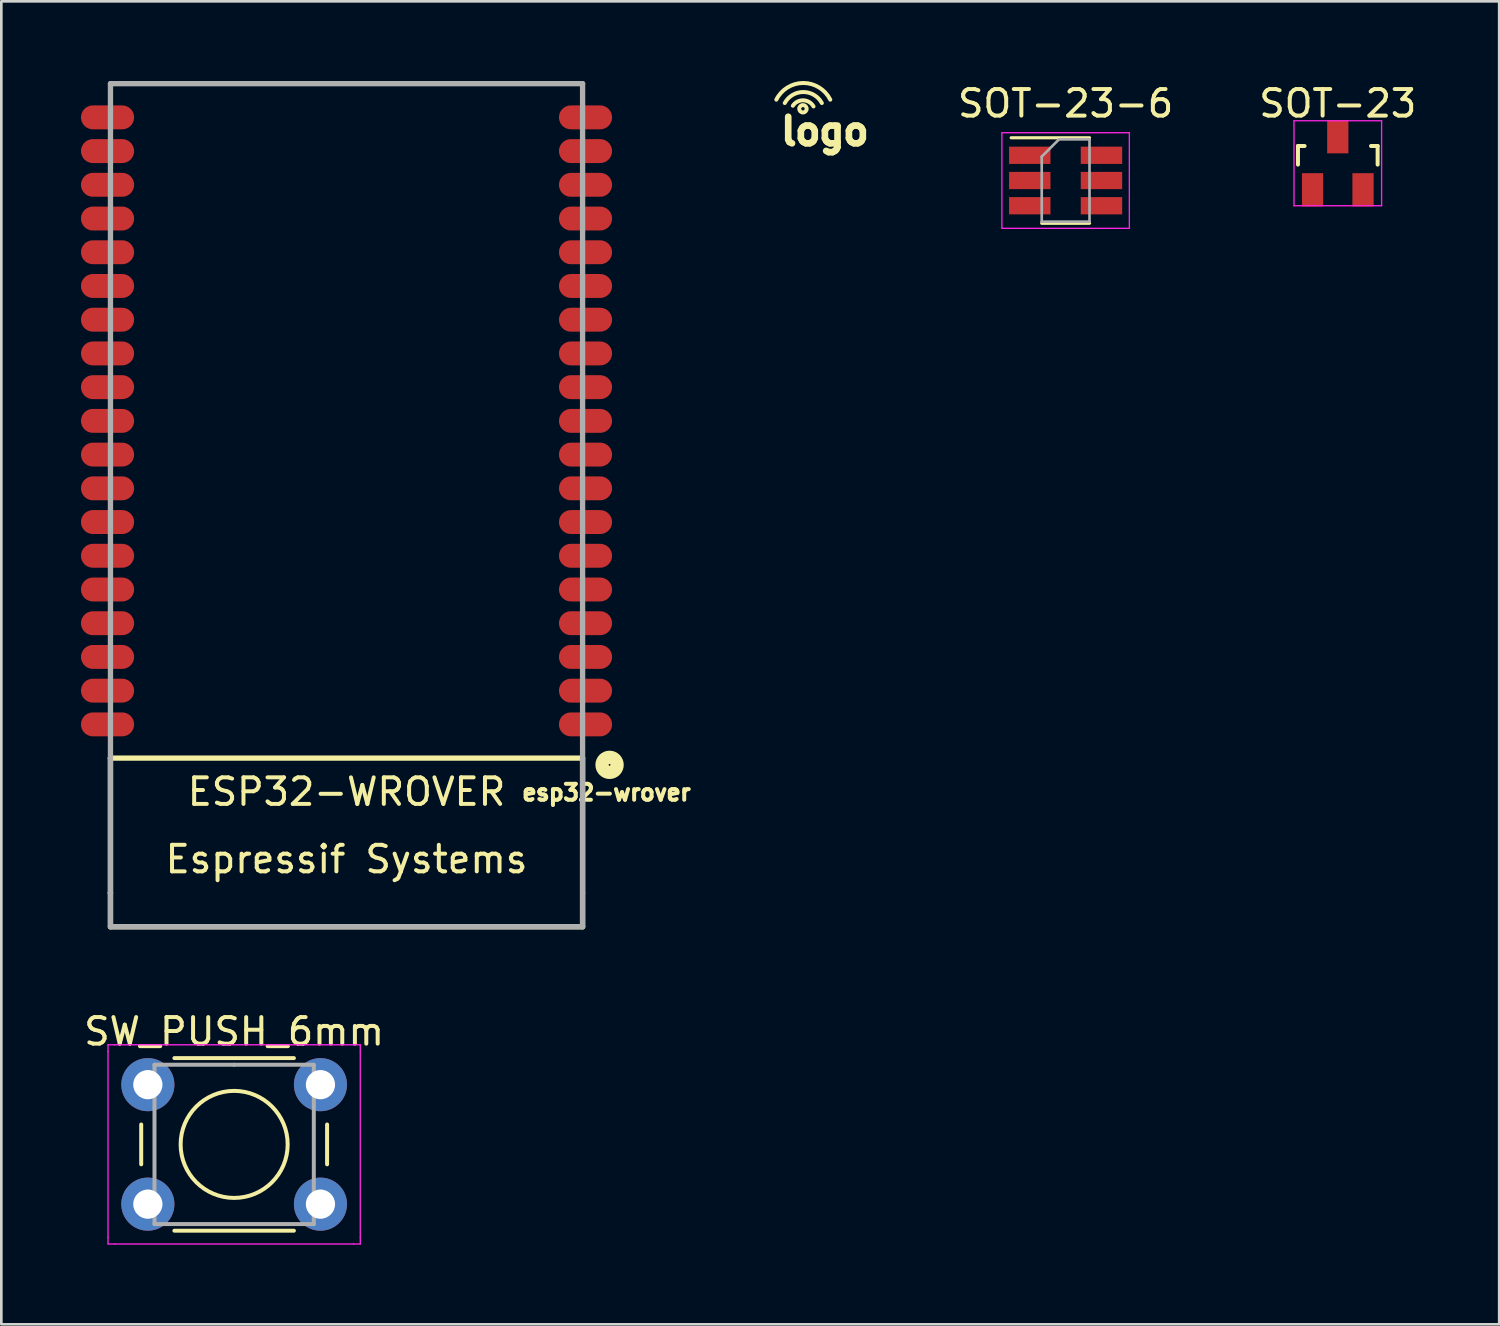
<source format=kicad_pcb>
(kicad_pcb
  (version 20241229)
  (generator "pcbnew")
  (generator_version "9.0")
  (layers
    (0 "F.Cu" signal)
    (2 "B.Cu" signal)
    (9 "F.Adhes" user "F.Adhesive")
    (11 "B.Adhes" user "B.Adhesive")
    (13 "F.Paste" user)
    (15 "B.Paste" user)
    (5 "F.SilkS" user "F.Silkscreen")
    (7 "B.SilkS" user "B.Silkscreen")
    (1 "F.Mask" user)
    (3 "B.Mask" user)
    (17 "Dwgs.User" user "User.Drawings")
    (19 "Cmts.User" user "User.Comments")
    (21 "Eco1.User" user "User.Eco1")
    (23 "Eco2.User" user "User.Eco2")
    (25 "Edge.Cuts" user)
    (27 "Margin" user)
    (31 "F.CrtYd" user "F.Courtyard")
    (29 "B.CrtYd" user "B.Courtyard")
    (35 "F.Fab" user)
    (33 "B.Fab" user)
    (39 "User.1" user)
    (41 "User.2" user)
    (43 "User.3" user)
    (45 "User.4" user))
  (footprint "esp32-wrover"
    (layer "F.Cu")
    (at 10 14.07)
    (property "Reference" "esp32-wrover" (at 9.789 12.728 0) (layer "F.SilkS") (effects (font (size 0.6 0.6) (thickness 0.15))))
    (attr through_hole)
    (fp_line (start -8.89 -13.97) (end 8.89 -13.97) (stroke (width 0.15) (type solid)) (layer "F.SilkS"))
    (fp_line (start -8.89 -13.208) (end -8.89 -13.97) (stroke (width 0.15) (type solid)) (layer "F.SilkS"))
    (fp_line (start -8.89 11.43) (end -8.89 11.43) (stroke (width 0.2) (type solid)) (layer "F.SilkS"))
    (fp_line (start -8.89 11.43) (end -8.89 11.43) (stroke (width 0.2) (type solid)) (layer "F.SilkS"))
    (fp_line (start -8.89 11.43) (end 8.89 11.43) (stroke (width 0.2) (type solid)) (layer "F.SilkS"))
    (fp_line (start -8.89 17.78) (end -8.89 11.43) (stroke (width 0.2) (type solid)) (layer "F.SilkS"))
    (fp_line (start 8.89 -13.97) (end 8.89 -13.208) (stroke (width 0.15) (type solid)) (layer "F.SilkS"))
    (fp_line (start 8.89 11.43) (end 8.89 17.78) (stroke (width 0.2) (type solid)) (layer "F.SilkS"))
    (fp_line (start 8.89 17.78) (end -8.89 17.78) (stroke (width 0.2) (type solid)) (layer "F.SilkS"))
    (fp_circle (center 9.906 11.684) (end 10.033 11.938) (stroke (width 0.5) (type solid)) (fill no) (layer "F.SilkS"))
    (fp_line (start -8.89 -13.97) (end -8.89 16.51) (stroke (width 0.2) (type solid)) (layer "F.Fab"))
    (fp_line (start -8.89 16.51) (end -8.89 16.51) (stroke (width 0.2) (type solid)) (layer "F.Fab"))
    (fp_line (start -8.89 16.51) (end -8.89 16.51) (stroke (width 0.2) (type solid)) (layer "F.Fab"))
    (fp_line (start -8.89 16.51) (end -8.89 16.51) (stroke (width 0.2) (type solid)) (layer "F.Fab"))
    (fp_line (start -8.89 16.51) (end -8.89 16.51) (stroke (width 0.2) (type solid)) (layer "F.Fab"))
    (fp_line (start -8.89 16.51) (end -8.89 16.51) (stroke (width 0.2) (type solid)) (layer "F.Fab"))
    (fp_line (start -8.89 17.78) (end -8.89 16.51) (stroke (width 0.2) (type solid)) (layer "F.Fab"))
    (fp_line (start 8.89 -13.97) (end -8.89 -13.97) (stroke (width 0.2) (type solid)) (layer "F.Fab"))
    (fp_line (start 8.89 16.51) (end 8.89 -13.97) (stroke (width 0.2) (type solid)) (layer "F.Fab"))
    (fp_line (start 8.89 16.51) (end 8.89 17.78) (stroke (width 0.2) (type solid)) (layer "F.Fab"))
    (fp_line (start 8.89 17.78) (end -8.89 17.78) (stroke (width 0.2) (type solid)) (layer "F.Fab"))
    (fp_text user "ESP32-WROVER" (at 0 12.7 0) (layer "F.SilkS") (effects (font (size 1 1) (thickness 0.15))))
    (fp_text user "Espressif Systems" (at 0 15.24 0) (layer "F.SilkS") (effects (font (size 1 1) (thickness 0.15))))
    (pad "1" smd oval (at 9 10.16) (size 2 0.9) (layers "F.Cu" "F.Mask" "F.Paste"))
    (pad "2" smd oval (at 9 8.89) (size 2 0.9) (layers "F.Cu" "F.Mask" "F.Paste"))
    (pad "3" smd oval (at 9 7.62) (size 2 0.9) (layers "F.Cu" "F.Mask" "F.Paste"))
    (pad "4" smd oval (at 9 6.35) (size 2 0.9) (layers "F.Cu" "F.Mask" "F.Paste"))
    (pad "5" smd oval (at 9 5.08) (size 2 0.9) (layers "F.Cu" "F.Mask" "F.Paste"))
    (pad "6" smd oval (at 9 3.81) (size 2 0.9) (layers "F.Cu" "F.Mask" "F.Paste"))
    (pad "7" smd oval (at 9 2.54) (size 2 0.9) (layers "F.Cu" "F.Mask" "F.Paste"))
    (pad "8" smd oval (at 9 1.27) (size 2 0.9) (layers "F.Cu" "F.Mask" "F.Paste"))
    (pad "9" smd oval (at 9 0) (size 2 0.9) (layers "F.Cu" "F.Mask" "F.Paste"))
    (pad "10" smd oval (at 9 -1.27) (size 2 0.9) (layers "F.Cu" "F.Mask" "F.Paste"))
    (pad "11" smd oval (at 9 -2.54) (size 2 0.9) (layers "F.Cu" "F.Mask" "F.Paste"))
    (pad "12" smd oval (at 9 -3.81) (size 2 0.9) (layers "F.Cu" "F.Mask" "F.Paste"))
    (pad "13" smd oval (at 9 -5.08) (size 2 0.9) (layers "F.Cu" "F.Mask" "F.Paste"))
    (pad "14" smd oval (at 9 -6.35) (size 2 0.9) (layers "F.Cu" "F.Mask" "F.Paste"))
    (pad "15" smd oval (at 9 -7.62) (size 2 0.9) (layers "F.Cu" "F.Mask" "F.Paste"))
    (pad "16" smd oval (at 9 -8.89) (size 2 0.9) (layers "F.Cu" "F.Mask" "F.Paste"))
    (pad "17" smd oval (at 9 -10.16) (size 2 0.9) (layers "F.Cu" "F.Mask" "F.Paste"))
    (pad "18" smd oval (at 9 -11.43) (size 2 0.9) (layers "F.Cu" "F.Mask" "F.Paste"))
    (pad "19" smd oval (at 9 -12.7) (size 2 0.9) (layers "F.Cu" "F.Mask" "F.Paste"))
    (pad "20" smd oval (at -9 -12.7) (size 2 0.9) (layers "F.Cu" "F.Mask" "F.Paste"))
    (pad "21" smd oval (at -9 -11.43) (size 2 0.9) (layers "F.Cu" "F.Mask" "F.Paste"))
    (pad "22" smd oval (at -9 -10.16) (size 2 0.9) (layers "F.Cu" "F.Mask" "F.Paste"))
    (pad "23" smd oval (at -9 -8.89) (size 2 0.9) (layers "F.Cu" "F.Mask" "F.Paste"))
    (pad "24" smd oval (at -9 -7.62) (size 2 0.9) (layers "F.Cu" "F.Mask" "F.Paste"))
    (pad "25" smd oval (at -9 -6.35) (size 2 0.9) (layers "F.Cu" "F.Mask" "F.Paste"))
    (pad "26" smd oval (at -9 -5.08) (size 2 0.9) (layers "F.Cu" "F.Mask" "F.Paste"))
    (pad "27" smd oval (at -9 -3.81) (size 2 0.9) (layers "F.Cu" "F.Mask" "F.Paste"))
    (pad "28" smd oval (at -9 -2.54) (size 2 0.9) (layers "F.Cu" "F.Mask" "F.Paste"))
    (pad "29" smd oval (at -9 -1.27) (size 2 0.9) (layers "F.Cu" "F.Mask" "F.Paste"))
    (pad "30" smd oval (at -9 0) (size 2 0.9) (layers "F.Cu" "F.Mask" "F.Paste"))
    (pad "31" smd oval (at -9 1.27) (size 2 0.9) (layers "F.Cu" "F.Mask" "F.Paste"))
    (pad "32" smd oval (at -9 2.54) (size 2 0.9) (layers "F.Cu" "F.Mask" "F.Paste"))
    (pad "33" smd oval (at -9 3.81) (size 2 0.9) (layers "F.Cu" "F.Mask" "F.Paste"))
    (pad "34" smd oval (at -9 5.08) (size 2 0.9) (layers "F.Cu" "F.Mask" "F.Paste"))
    (pad "35" smd oval (at -9 6.35) (size 2 0.9) (layers "F.Cu" "F.Mask" "F.Paste"))
    (pad "36" smd oval (at -9 7.62) (size 2 0.9) (layers "F.Cu" "F.Mask" "F.Paste"))
    (pad "37" smd oval (at -9 8.89) (size 2 0.9) (layers "F.Cu" "F.Mask" "F.Paste"))
    (pad "38" smd oval (at -9 10.16) (size 2 0.9) (layers "F.Cu" "F.Mask" "F.Paste")))
  (footprint "SOT-23"
    (layer "F.Cu")
    (at 47.331 3.098)
    (property "Reference" "SOT-23" (at 0 -2.25 0) (layer "F.SilkS") (effects (font (size 1 1) (thickness 0.15))))
    (attr smd)
    (fp_line (start -1.5 -0.65) (end -1.251 -0.65) (stroke (width 0.15) (type solid)) (layer "F.SilkS"))
    (fp_line (start -1.5 0.051) (end -1.5 -0.65) (stroke (width 0.15) (type solid)) (layer "F.SilkS"))
    (fp_line (start 1.299 -0.65) (end 1.251 -0.65) (stroke (width 0.15) (type solid)) (layer "F.SilkS"))
    (fp_line (start 1.299 -0.65) (end 1.5 -0.65) (stroke (width 0.15) (type solid)) (layer "F.SilkS"))
    (fp_line (start 1.5 -0.65) (end 1.5 0.051) (stroke (width 0.15) (type solid)) (layer "F.SilkS"))
    (fp_line (start -1.65 -1.6) (end 1.65 -1.6) (stroke (width 0.05) (type solid)) (layer "F.CrtYd"))
    (fp_line (start -1.65 1.6) (end -1.65 -1.6) (stroke (width 0.05) (type solid)) (layer "F.CrtYd"))
    (fp_line (start 1.65 -1.6) (end 1.65 1.6) (stroke (width 0.05) (type solid)) (layer "F.CrtYd"))
    (fp_line (start 1.65 1.6) (end -1.65 1.6) (stroke (width 0.05) (type solid)) (layer "F.CrtYd"))
    (pad "1" smd rect (at -0.95 1.001) (size 0.8 1.254) (layers "F.Cu" "F.Mask" "F.Paste"))
    (pad "2" smd rect (at 0.95 1.001) (size 0.8 1.254) (layers "F.Cu" "F.Mask" "F.Paste"))
    (pad "3" smd rect (at 0 -1) (size 0.8 1.254) (layers "F.Cu" "F.Mask" "F.Paste")))
  (footprint "logo"
    (layer "F.Cu")
    (at 27.888 2.024)
    (property "Reference" "logo" (at 0.127 -0.127 0) (layer "F.SilkS") (effects (font (size 1 1) (thickness 0.25))))
    (attr through_hole)
    (fp_arc (start -1.7018 -1.3208) (mid -0.685799 -1.948723) (end 0.330201 -1.320799) (stroke (width 0.15) (type solid)) (layer "F.SilkS"))
    (fp_arc (start -1.3843 -1.1938) (mid -0.6858 -1.608453) (end 0.0127 -1.1938) (stroke (width 0.15) (type solid)) (layer "F.SilkS"))
    (fp_arc (start -1.0795 -1.0922) (mid -0.682998 -1.295843) (end -0.301185 -1.065836) (stroke (width 0.15) (type solid)) (layer "F.SilkS"))
    (fp_circle (center -0.699 -0.978) (end -0.686 -1.041) (stroke (width 0.15) (type solid)) (fill no) (layer "F.SilkS")))
  (footprint "SOT-23-6"
    (layer "F.Cu")
    (at 37.081 3.748)
    (property "Reference" "SOT-23-6" (at 0 -2.9 0) (layer "F.SilkS") (effects (font (size 1 1) (thickness 0.15))))
    (attr smd)
    (fp_line (start -0.9 1.61) (end 0.9 1.61) (stroke (width 0.12) (type solid)) (layer "F.SilkS"))
    (fp_line (start 0.9 -1.61) (end -2.05 -1.61) (stroke (width 0.12) (type solid)) (layer "F.SilkS"))
    (fp_line (start -2.4 -1.8) (end 2.4 -1.8) (stroke (width 0.05) (type solid)) (layer "F.CrtYd"))
    (fp_line (start -2.4 1.8) (end -2.4 -1.8) (stroke (width 0.05) (type solid)) (layer "F.CrtYd"))
    (fp_line (start 2.4 -1.8) (end 2.4 1.8) (stroke (width 0.05) (type solid)) (layer "F.CrtYd"))
    (fp_line (start 2.4 1.8) (end -2.4 1.8) (stroke (width 0.05) (type solid)) (layer "F.CrtYd"))
    (fp_line (start -0.9 -0.9) (end -0.9 1.55) (stroke (width 0.1) (type solid)) (layer "F.Fab"))
    (fp_line (start -0.9 -0.9) (end -0.25 -1.55) (stroke (width 0.1) (type solid)) (layer "F.Fab"))
    (fp_line (start 0.9 -1.55) (end -0.25 -1.55) (stroke (width 0.1) (type solid)) (layer "F.Fab"))
    (fp_line (start 0.9 -1.55) (end 0.9 1.55) (stroke (width 0.1) (type solid)) (layer "F.Fab"))
    (fp_line (start 0.9 1.55) (end -0.9 1.55) (stroke (width 0.1) (type solid)) (layer "F.Fab"))
    (pad "1" smd rect (at -1.35 -0.95) (size 1.56 0.65) (layers "F.Cu" "F.Mask" "F.Paste"))
    (pad "2" smd rect (at -1.35 0) (size 1.56 0.65) (layers "F.Cu" "F.Mask" "F.Paste"))
    (pad "3" smd rect (at -1.35 0.95) (size 1.56 0.65) (layers "F.Cu" "F.Mask" "F.Paste"))
    (pad "4" smd rect (at 1.35 0.95) (size 1.56 0.65) (layers "F.Cu" "F.Mask" "F.Paste"))
    (pad "5" smd rect (at 1.35 0) (size 1.56 0.65) (layers "F.Cu" "F.Mask" "F.Paste"))
    (pad "6" smd rect (at 1.35 -0.95) (size 1.56 0.65) (layers "F.Cu" "F.Mask" "F.Paste")))
  (footprint "SW_PUSH_6mm"
    (layer "F.Cu")
    (at 2.518 37.798)
    (property "Reference" "SW_PUSH_6mm" (at 3.25 -2 0) (layer "F.SilkS") (effects (font (size 1 1) (thickness 0.15))))
    (attr through_hole)
    (fp_line (start -0.25 1.5) (end -0.25 3) (stroke (width 0.15) (type solid)) (layer "F.SilkS"))
    (fp_line (start 1 5.5) (end 5.5 5.5) (stroke (width 0.15) (type solid)) (layer "F.SilkS"))
    (fp_line (start 5.5 -1) (end 1 -1) (stroke (width 0.15) (type solid)) (layer "F.SilkS"))
    (fp_line (start 6.75 3) (end 6.75 1.5) (stroke (width 0.15) (type solid)) (layer "F.SilkS"))
    (fp_circle (center 3.25 2.25) (end 1.25 2.5) (stroke (width 0.15) (type solid)) (fill no) (layer "F.SilkS"))
    (fp_line (start -1.5 -1.5) (end -1.25 -1.5) (stroke (width 0.05) (type solid)) (layer "F.CrtYd"))
    (fp_line (start -1.5 -1.25) (end -1.5 -1.5) (stroke (width 0.05) (type solid)) (layer "F.CrtYd"))
    (fp_line (start -1.5 5.75) (end -1.5 -1.25) (stroke (width 0.05) (type solid)) (layer "F.CrtYd"))
    (fp_line (start -1.5 5.75) (end -1.5 6) (stroke (width 0.05) (type solid)) (layer "F.CrtYd"))
    (fp_line (start -1.5 6) (end -1.25 6) (stroke (width 0.05) (type solid)) (layer "F.CrtYd"))
    (fp_line (start -1.25 -1.5) (end 7.75 -1.5) (stroke (width 0.05) (type solid)) (layer "F.CrtYd"))
    (fp_line (start 7.75 -1.5) (end 8 -1.5) (stroke (width 0.05) (type solid)) (layer "F.CrtYd"))
    (fp_line (start 7.75 6) (end -1.25 6) (stroke (width 0.05) (type solid)) (layer "F.CrtYd"))
    (fp_line (start 7.75 6) (end 8 6) (stroke (width 0.05) (type solid)) (layer "F.CrtYd"))
    (fp_line (start 8 -1.5) (end 8 -1.25) (stroke (width 0.05) (type solid)) (layer "F.CrtYd"))
    (fp_line (start 8 -1.25) (end 8 5.75) (stroke (width 0.05) (type solid)) (layer "F.CrtYd"))
    (fp_line (start 8 6) (end 8 5.75) (stroke (width 0.05) (type solid)) (layer "F.CrtYd"))
    (fp_line (start 0.25 -0.75) (end 3.25 -0.75) (stroke (width 0.15) (type solid)) (layer "F.Fab"))
    (fp_line (start 0.25 5.25) (end 0.25 -0.75) (stroke (width 0.15) (type solid)) (layer "F.Fab"))
    (fp_line (start 3.25 -0.75) (end 6.25 -0.75) (stroke (width 0.15) (type solid)) (layer "F.Fab"))
    (fp_line (start 6.25 -0.75) (end 6.25 5.25) (stroke (width 0.15) (type solid)) (layer "F.Fab"))
    (fp_line (start 6.25 5.25) (end 0.25 5.25) (stroke (width 0.15) (type solid)) (layer "F.Fab"))
    (pad "1" thru_hole circle (at 0 0 90) (size 2 2) (drill 1.1) (layers "*.Cu" "*.Mask"))
    (pad "1" thru_hole circle (at 6.5 0 90) (size 2 2) (drill 1.1) (layers "*.Cu" "*.Mask"))
    (pad "2" thru_hole circle (at 0 4.5 90) (size 2 2) (drill 1.1) (layers "*.Cu" "*.Mask"))
    (pad "2" thru_hole circle (at 6.5 4.5 90) (size 2 2) (drill 1.1) (layers "*.Cu" "*.Mask")))
  (gr_rect
    (start -3 -3)
    (end 53.409 46.823)
    (stroke (width 0.1) (type default))
    (fill no)
    (layer "Edge.Cuts")))
</source>
